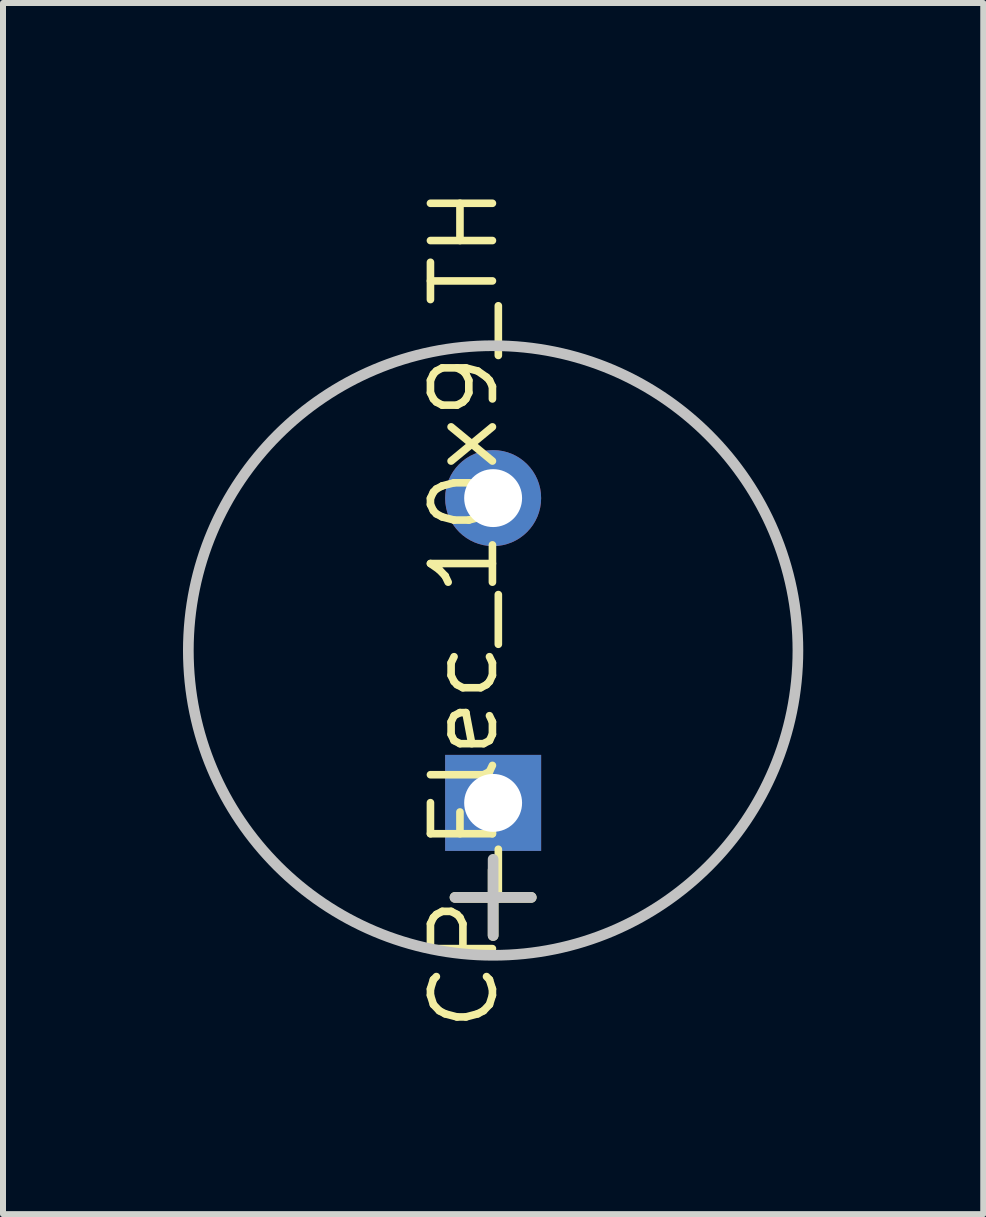
<source format=kicad_pcb>
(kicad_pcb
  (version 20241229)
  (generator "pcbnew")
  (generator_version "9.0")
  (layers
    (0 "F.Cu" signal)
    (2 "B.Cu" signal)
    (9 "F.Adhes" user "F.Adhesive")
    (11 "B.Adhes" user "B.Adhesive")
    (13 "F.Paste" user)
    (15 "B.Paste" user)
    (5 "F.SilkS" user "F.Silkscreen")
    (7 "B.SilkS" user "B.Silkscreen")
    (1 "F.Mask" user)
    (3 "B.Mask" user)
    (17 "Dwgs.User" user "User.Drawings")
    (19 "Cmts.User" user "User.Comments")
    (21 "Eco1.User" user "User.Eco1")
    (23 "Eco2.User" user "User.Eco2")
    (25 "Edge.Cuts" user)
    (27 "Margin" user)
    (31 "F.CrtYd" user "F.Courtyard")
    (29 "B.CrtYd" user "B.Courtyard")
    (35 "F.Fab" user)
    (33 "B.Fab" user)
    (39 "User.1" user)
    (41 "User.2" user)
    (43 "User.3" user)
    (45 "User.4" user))
  (footprint "CP_Elec_10x9_TH"
    (layer "F.Cu")
    (at 5.169 7.792)
    (property "Reference" "CP_Elec_10x9_TH" (at -0.483 -0.699 90) (unlocked yes) (layer "F.SilkS") (effects (font (size 1.033 1.087) (thickness 0.127))))
    (attr smd)
    (fp_line (start -0.635 4.115) (end 0.635 4.115) (stroke (width 0.178) (type solid)) (layer "F.SilkS"))
    (fp_line (start 0 4.75) (end 0 3.658) (stroke (width 0.178) (type solid)) (layer "F.SilkS"))
    (fp_line (start -0.635 4.115) (end 0.635 4.115) (stroke (width 0.178) (type solid)) (layer "Dwgs.User"))
    (fp_line (start 0 4.75) (end 0 3.48) (stroke (width 0.178) (type solid)) (layer "Dwgs.User"))
    (fp_circle (center 0 0) (end 5.08 0) (stroke (width 0.178) (type solid)) (fill no) (layer "Dwgs.User"))
    (fp_circle (center 0 0) (end 5.08 0) (stroke (width 0.076) (type solid)) (fill no) (layer "F.Fab"))
    (pad "+" thru_hole rect (at 0 2.54) (size 1.6 1.6) (drill 0.965) (layers "*.Cu" "*.Mask"))
    (pad "-" thru_hole circle (at 0 -2.54) (size 1.6 1.6) (drill 0.965) (layers "*.Cu" "*.Mask")))
  (gr_rect
    (start -3 -3)
    (end 13.338 17.186)
    (stroke (width 0.1) (type default))
    (fill no)
    (layer "Edge.Cuts")))
</source>
